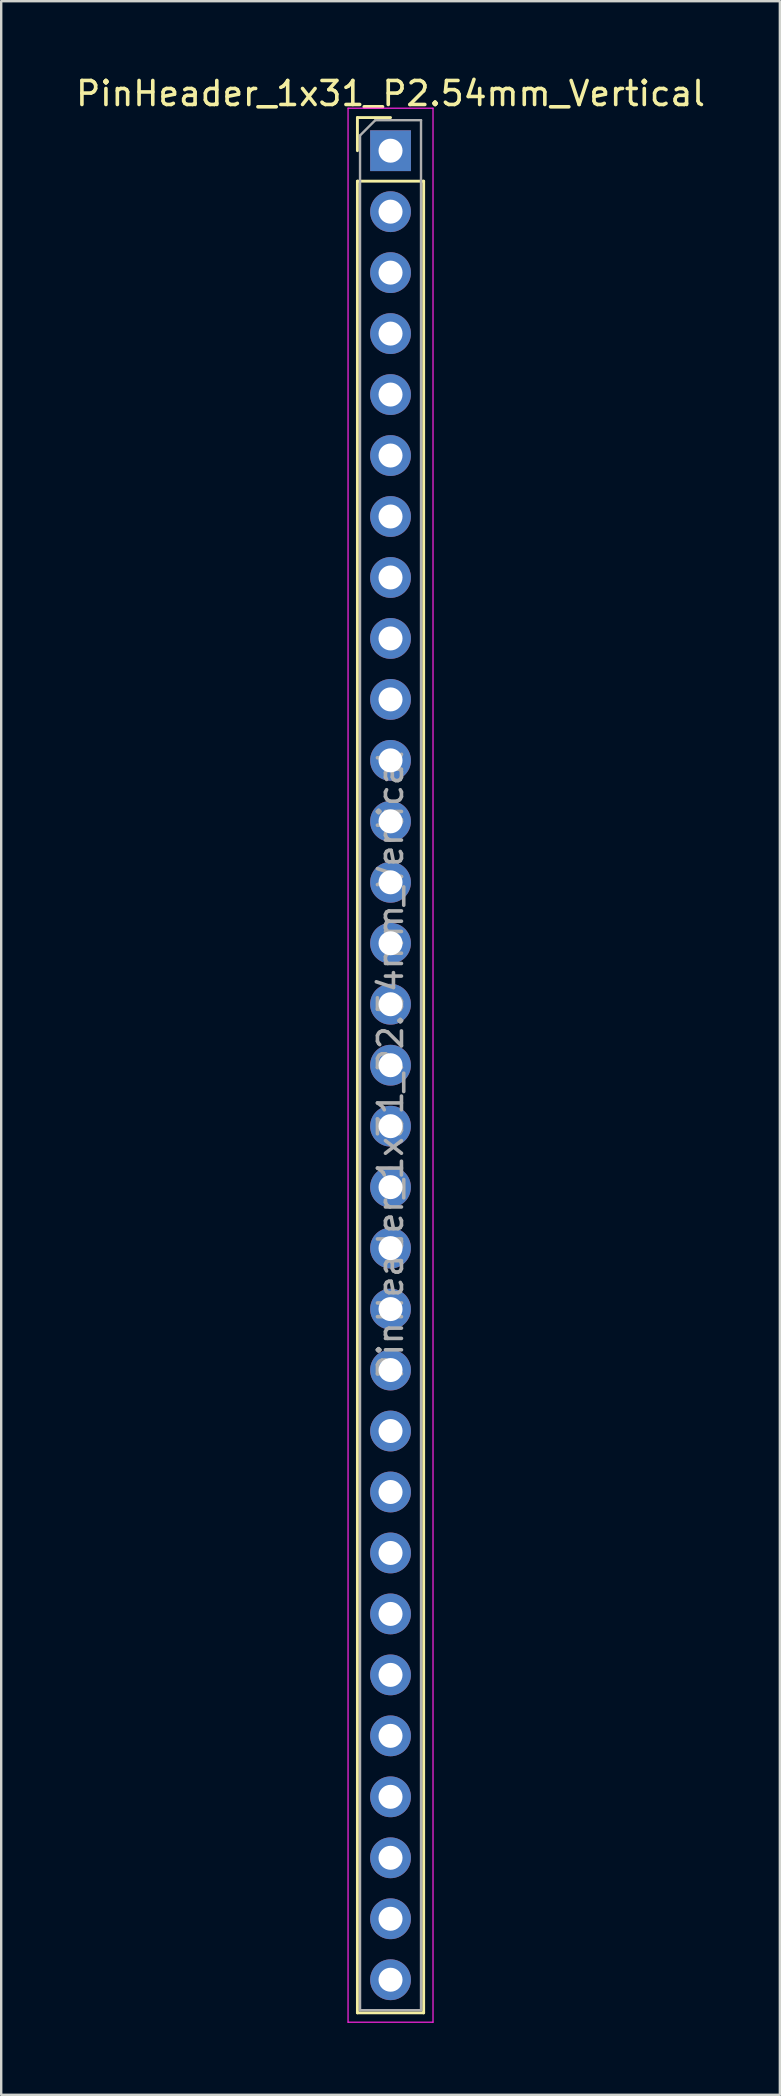
<source format=kicad_pcb>
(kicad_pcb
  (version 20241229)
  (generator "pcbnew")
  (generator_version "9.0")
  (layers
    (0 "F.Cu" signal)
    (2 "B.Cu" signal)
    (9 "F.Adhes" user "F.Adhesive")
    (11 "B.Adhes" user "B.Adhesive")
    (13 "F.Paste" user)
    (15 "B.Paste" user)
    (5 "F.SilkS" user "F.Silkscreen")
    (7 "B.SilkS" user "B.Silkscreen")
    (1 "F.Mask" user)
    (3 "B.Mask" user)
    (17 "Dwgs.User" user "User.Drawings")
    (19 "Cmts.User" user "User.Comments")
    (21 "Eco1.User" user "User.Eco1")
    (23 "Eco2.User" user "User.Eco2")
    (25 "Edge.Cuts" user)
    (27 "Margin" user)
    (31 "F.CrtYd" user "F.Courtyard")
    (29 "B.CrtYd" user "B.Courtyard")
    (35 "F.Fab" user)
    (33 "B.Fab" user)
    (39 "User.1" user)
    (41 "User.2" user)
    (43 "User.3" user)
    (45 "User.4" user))
  (footprint "PinHeader_1x31_P2.54mm_Vertical"
    (layer "F.Cu")
    (at 13.22 3.228)
    (property "Reference" "PinHeader_1x31_P2.54mm_Vertical" (at 0 -2.38 0) (layer "F.SilkS") (effects (font (size 1 1) (thickness 0.15))))
    (attr through_hole)
    (fp_line (start -1.38 -1.38) (end 0 -1.38) (stroke (width 0.12) (type solid)) (layer "F.SilkS"))
    (fp_line (start -1.38 0) (end -1.38 -1.38) (stroke (width 0.12) (type solid)) (layer "F.SilkS"))
    (fp_line (start -1.38 1.27) (end -1.38 77.58) (stroke (width 0.12) (type solid)) (layer "F.SilkS"))
    (fp_line (start -1.38 1.27) (end 1.38 1.27) (stroke (width 0.12) (type solid)) (layer "F.SilkS"))
    (fp_line (start -1.38 77.58) (end 1.38 77.58) (stroke (width 0.12) (type solid)) (layer "F.SilkS"))
    (fp_line (start 1.38 1.27) (end 1.38 77.58) (stroke (width 0.12) (type solid)) (layer "F.SilkS"))
    (fp_line (start -1.77 -1.77) (end -1.77 77.97) (stroke (width 0.05) (type solid)) (layer "F.CrtYd"))
    (fp_line (start -1.77 77.97) (end 1.77 77.97) (stroke (width 0.05) (type solid)) (layer "F.CrtYd"))
    (fp_line (start 1.77 -1.77) (end -1.77 -1.77) (stroke (width 0.05) (type solid)) (layer "F.CrtYd"))
    (fp_line (start 1.77 77.97) (end 1.77 -1.77) (stroke (width 0.05) (type solid)) (layer "F.CrtYd"))
    (fp_line (start -1.27 -0.635) (end -0.635 -1.27) (stroke (width 0.1) (type solid)) (layer "F.Fab"))
    (fp_line (start -1.27 77.47) (end -1.27 -0.635) (stroke (width 0.1) (type solid)) (layer "F.Fab"))
    (fp_line (start -0.635 -1.27) (end 1.27 -1.27) (stroke (width 0.1) (type solid)) (layer "F.Fab"))
    (fp_line (start 1.27 -1.27) (end 1.27 77.47) (stroke (width 0.1) (type solid)) (layer "F.Fab"))
    (fp_line (start 1.27 77.47) (end -1.27 77.47) (stroke (width 0.1) (type solid)) (layer "F.Fab"))
    (fp_text user "${REFERENCE}" (at 0 38.1 90) (layer "F.Fab") (effects (font (size 1 1) (thickness 0.15))))
    (pad "1" thru_hole rect (at 0 0) (size 1.7 1.7) (drill 1) (layers "*.Cu" "*.Mask"))
    (pad "2" thru_hole circle (at 0 2.54) (size 1.7 1.7) (drill 1) (layers "*.Cu" "*.Mask"))
    (pad "3" thru_hole circle (at 0 5.08) (size 1.7 1.7) (drill 1) (layers "*.Cu" "*.Mask"))
    (pad "4" thru_hole circle (at 0 7.62) (size 1.7 1.7) (drill 1) (layers "*.Cu" "*.Mask"))
    (pad "5" thru_hole circle (at 0 10.16) (size 1.7 1.7) (drill 1) (layers "*.Cu" "*.Mask"))
    (pad "6" thru_hole circle (at 0 12.7) (size 1.7 1.7) (drill 1) (layers "*.Cu" "*.Mask"))
    (pad "7" thru_hole circle (at 0 15.24) (size 1.7 1.7) (drill 1) (layers "*.Cu" "*.Mask"))
    (pad "8" thru_hole circle (at 0 17.78) (size 1.7 1.7) (drill 1) (layers "*.Cu" "*.Mask"))
    (pad "9" thru_hole circle (at 0 20.32) (size 1.7 1.7) (drill 1) (layers "*.Cu" "*.Mask"))
    (pad "10" thru_hole circle (at 0 22.86) (size 1.7 1.7) (drill 1) (layers "*.Cu" "*.Mask"))
    (pad "11" thru_hole circle (at 0 25.4) (size 1.7 1.7) (drill 1) (layers "*.Cu" "*.Mask"))
    (pad "12" thru_hole circle (at 0 27.94) (size 1.7 1.7) (drill 1) (layers "*.Cu" "*.Mask"))
    (pad "13" thru_hole circle (at 0 30.48) (size 1.7 1.7) (drill 1) (layers "*.Cu" "*.Mask"))
    (pad "14" thru_hole circle (at 0 33.02) (size 1.7 1.7) (drill 1) (layers "*.Cu" "*.Mask"))
    (pad "15" thru_hole circle (at 0 35.56) (size 1.7 1.7) (drill 1) (layers "*.Cu" "*.Mask"))
    (pad "16" thru_hole circle (at 0 38.1) (size 1.7 1.7) (drill 1) (layers "*.Cu" "*.Mask"))
    (pad "17" thru_hole circle (at 0 40.64) (size 1.7 1.7) (drill 1) (layers "*.Cu" "*.Mask"))
    (pad "18" thru_hole circle (at 0 43.18) (size 1.7 1.7) (drill 1) (layers "*.Cu" "*.Mask"))
    (pad "19" thru_hole circle (at 0 45.72) (size 1.7 1.7) (drill 1) (layers "*.Cu" "*.Mask"))
    (pad "20" thru_hole circle (at 0 48.26) (size 1.7 1.7) (drill 1) (layers "*.Cu" "*.Mask"))
    (pad "21" thru_hole circle (at 0 50.8) (size 1.7 1.7) (drill 1) (layers "*.Cu" "*.Mask"))
    (pad "22" thru_hole circle (at 0 53.34) (size 1.7 1.7) (drill 1) (layers "*.Cu" "*.Mask"))
    (pad "23" thru_hole circle (at 0 55.88) (size 1.7 1.7) (drill 1) (layers "*.Cu" "*.Mask"))
    (pad "24" thru_hole circle (at 0 58.42) (size 1.7 1.7) (drill 1) (layers "*.Cu" "*.Mask"))
    (pad "25" thru_hole circle (at 0 60.96) (size 1.7 1.7) (drill 1) (layers "*.Cu" "*.Mask"))
    (pad "26" thru_hole circle (at 0 63.5) (size 1.7 1.7) (drill 1) (layers "*.Cu" "*.Mask"))
    (pad "27" thru_hole circle (at 0 66.04) (size 1.7 1.7) (drill 1) (layers "*.Cu" "*.Mask"))
    (pad "28" thru_hole circle (at 0 68.58) (size 1.7 1.7) (drill 1) (layers "*.Cu" "*.Mask"))
    (pad "29" thru_hole circle (at 0 71.12) (size 1.7 1.7) (drill 1) (layers "*.Cu" "*.Mask"))
    (pad "30" thru_hole circle (at 0 73.66) (size 1.7 1.7) (drill 1) (layers "*.Cu" "*.Mask"))
    (pad "31" thru_hole circle (at 0 76.2) (size 1.7 1.7) (drill 1) (layers "*.Cu" "*.Mask")))
  (gr_rect
    (start -3 -3)
    (end 29.44 84.223)
    (stroke (width 0.1) (type default))
    (fill no)
    (layer "Edge.Cuts")))
</source>
